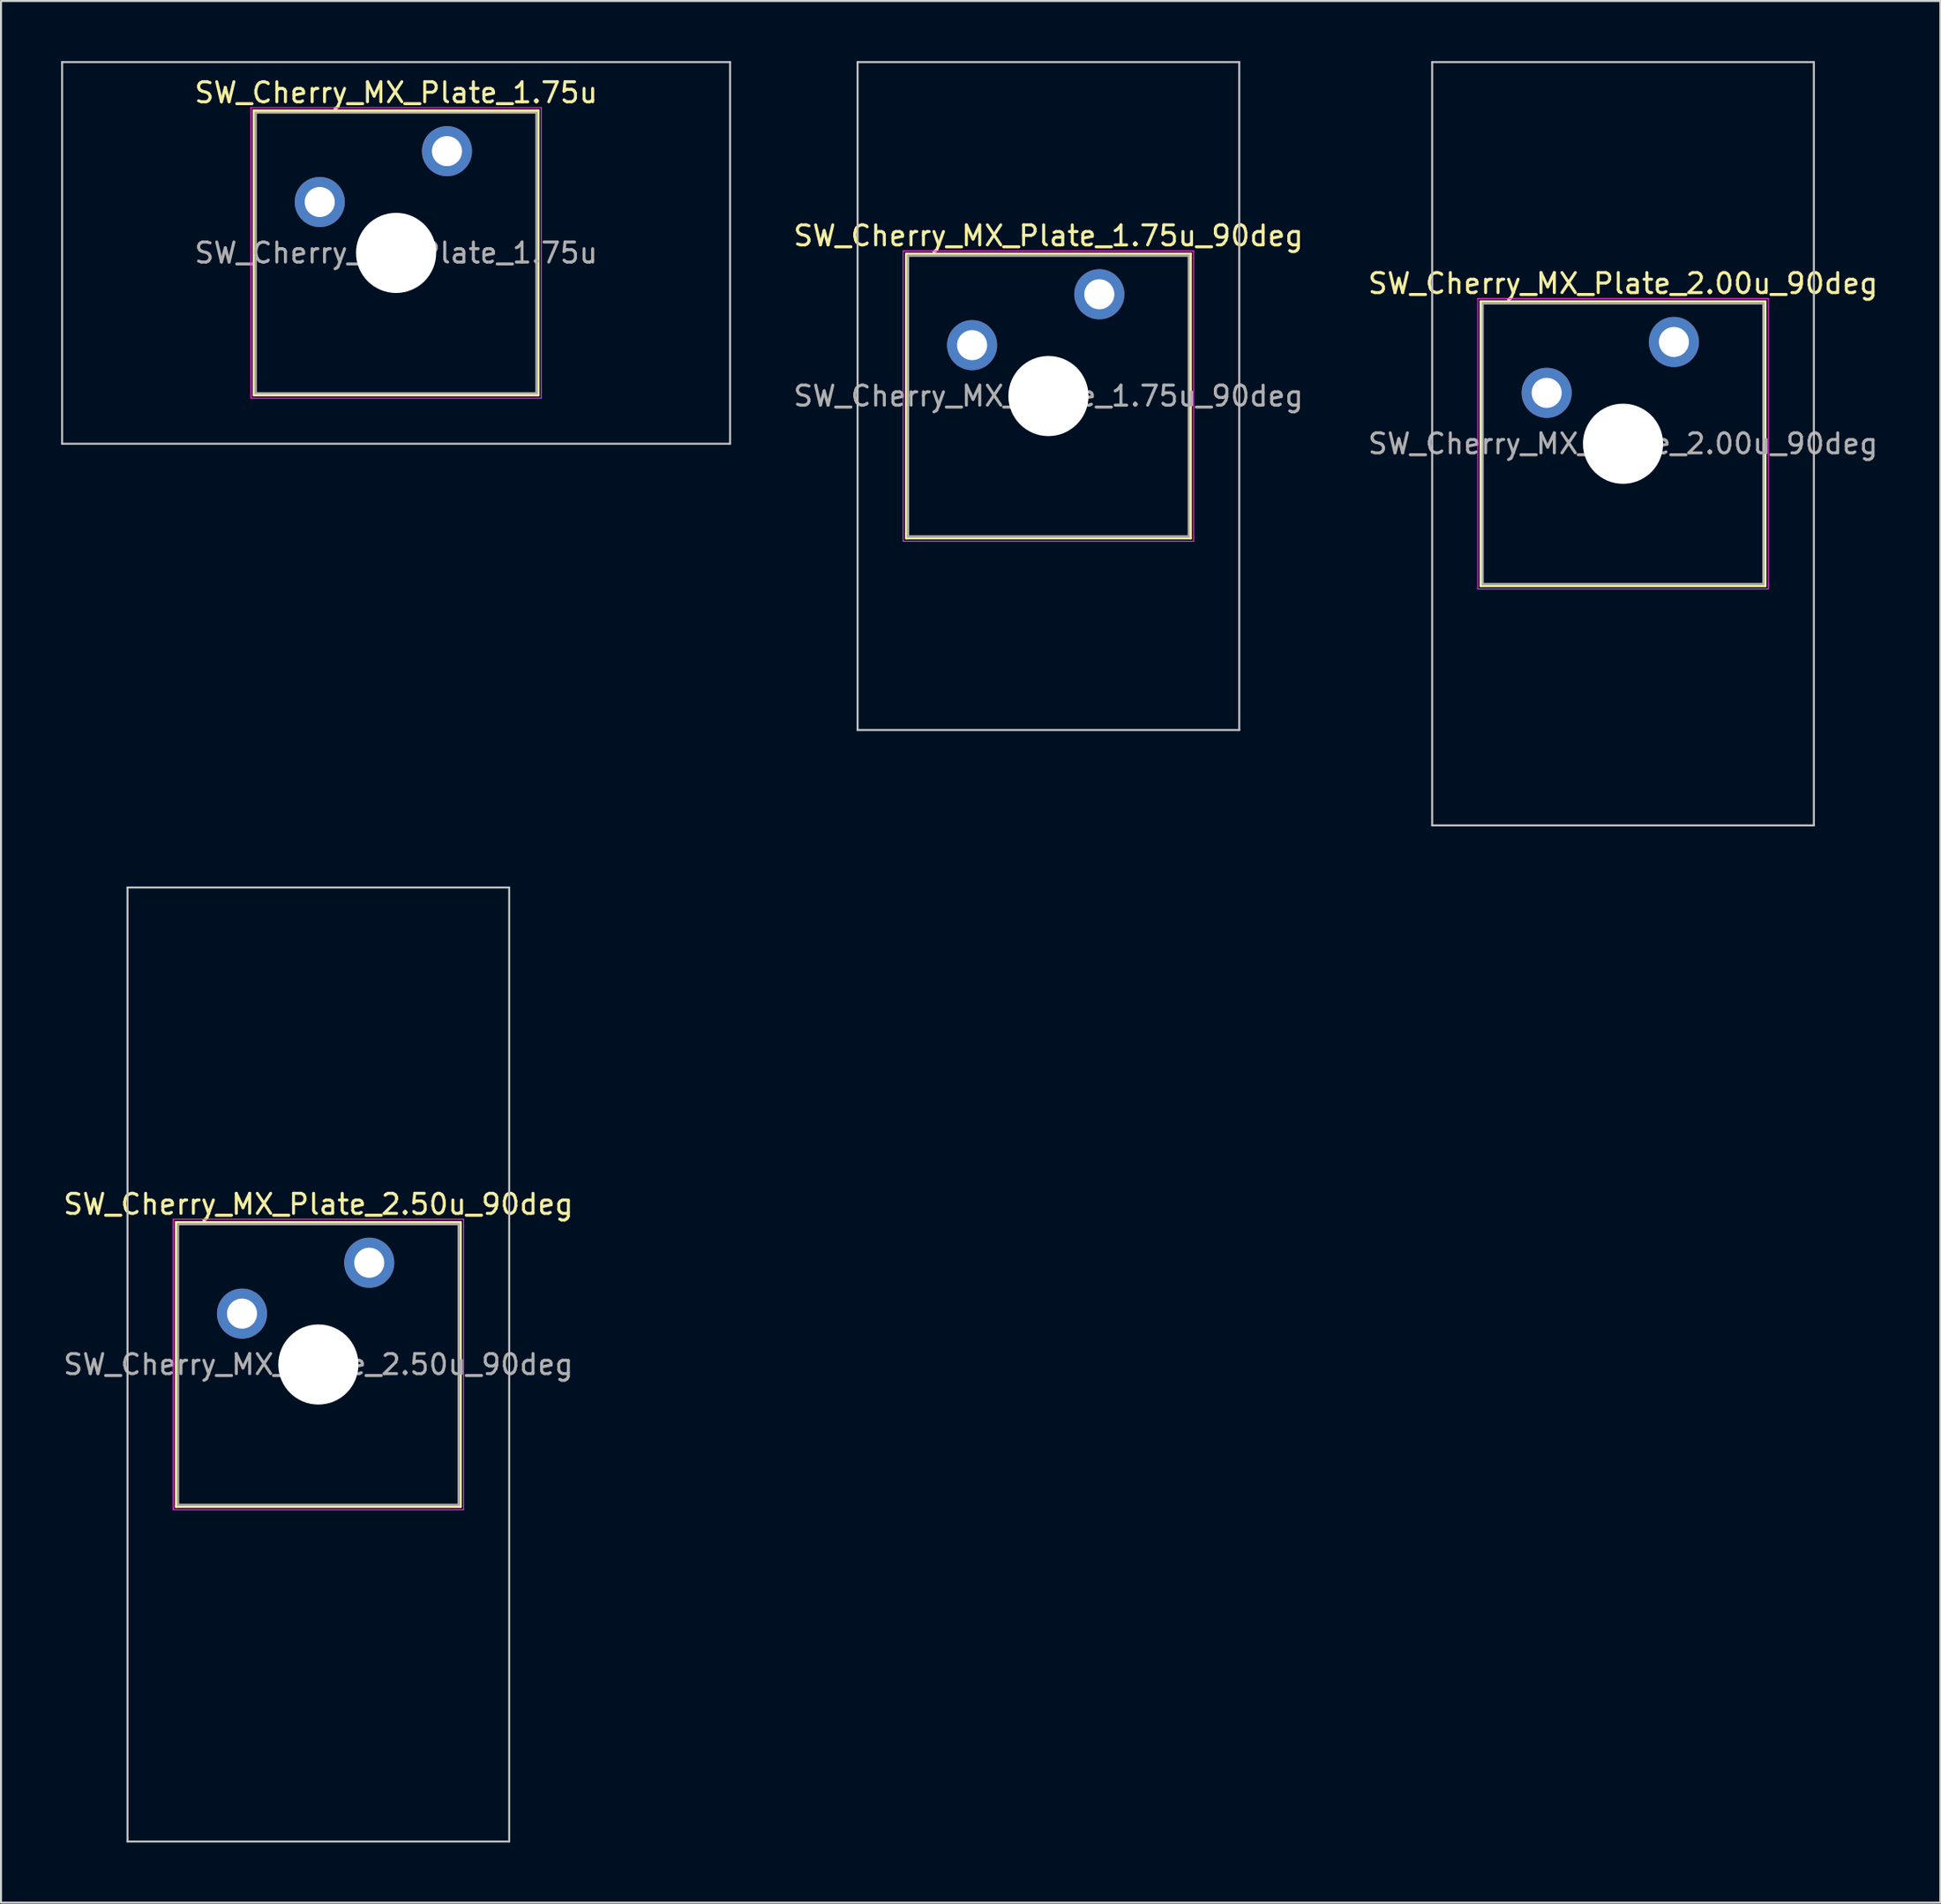
<source format=kicad_pcb>
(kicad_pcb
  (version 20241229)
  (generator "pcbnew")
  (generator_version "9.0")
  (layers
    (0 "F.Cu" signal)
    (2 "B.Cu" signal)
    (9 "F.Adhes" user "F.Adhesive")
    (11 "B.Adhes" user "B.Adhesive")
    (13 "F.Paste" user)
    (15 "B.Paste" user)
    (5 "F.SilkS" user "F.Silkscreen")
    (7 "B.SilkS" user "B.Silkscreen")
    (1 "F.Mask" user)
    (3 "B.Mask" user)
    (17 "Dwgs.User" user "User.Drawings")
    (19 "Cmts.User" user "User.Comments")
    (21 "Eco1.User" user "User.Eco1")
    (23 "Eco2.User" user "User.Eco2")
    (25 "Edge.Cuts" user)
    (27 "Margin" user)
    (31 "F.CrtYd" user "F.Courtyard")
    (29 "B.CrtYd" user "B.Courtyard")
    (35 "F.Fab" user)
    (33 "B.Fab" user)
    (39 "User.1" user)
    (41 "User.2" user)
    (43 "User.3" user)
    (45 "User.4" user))
  (footprint "SW_Cherry_MX_Plate_1.75u"
    (layer "F.Cu")
    (at 16.719 9.575)
    (property "Reference" "SW_Cherry_MX_Plate_1.75u" (at 0 -8 0) (layer "F.SilkS") (effects (font (size 1 1) (thickness 0.15))))
    (attr through_hole)
    (fp_line (start -7.1 -7.1) (end -7.1 7.1) (stroke (width 0.12) (type solid)) (layer "F.SilkS"))
    (fp_line (start -7.1 7.1) (end 7.1 7.1) (stroke (width 0.12) (type solid)) (layer "F.SilkS"))
    (fp_line (start 7.1 -7.1) (end -7.1 -7.1) (stroke (width 0.12) (type solid)) (layer "F.SilkS"))
    (fp_line (start 7.1 7.1) (end 7.1 -7.1) (stroke (width 0.12) (type solid)) (layer "F.SilkS"))
    (fp_line (start -16.669 -9.525) (end -16.669 9.525) (stroke (width 0.1) (type solid)) (layer "Dwgs.User"))
    (fp_line (start -16.669 9.525) (end 16.669 9.525) (stroke (width 0.1) (type solid)) (layer "Dwgs.User"))
    (fp_line (start 16.669 -9.525) (end -16.669 -9.525) (stroke (width 0.1) (type solid)) (layer "Dwgs.User"))
    (fp_line (start 16.669 9.525) (end 16.669 -9.525) (stroke (width 0.1) (type solid)) (layer "Dwgs.User"))
    (fp_line (start -7 -7) (end -7 7) (stroke (width 0.1) (type solid)) (layer "Eco1.User"))
    (fp_line (start -7 7) (end 7 7) (stroke (width 0.1) (type solid)) (layer "Eco1.User"))
    (fp_line (start 7 -7) (end -7 -7) (stroke (width 0.1) (type solid)) (layer "Eco1.User"))
    (fp_line (start 7 7) (end 7 -7) (stroke (width 0.1) (type solid)) (layer "Eco1.User"))
    (fp_line (start -7.25 -7.25) (end -7.25 7.25) (stroke (width 0.05) (type solid)) (layer "F.CrtYd"))
    (fp_line (start -7.25 7.25) (end 7.25 7.25) (stroke (width 0.05) (type solid)) (layer "F.CrtYd"))
    (fp_line (start 7.25 -7.25) (end -7.25 -7.25) (stroke (width 0.05) (type solid)) (layer "F.CrtYd"))
    (fp_line (start 7.25 7.25) (end 7.25 -7.25) (stroke (width 0.05) (type solid)) (layer "F.CrtYd"))
    (fp_line (start -7 -7) (end -7 7) (stroke (width 0.1) (type solid)) (layer "F.Fab"))
    (fp_line (start -7 7) (end 7 7) (stroke (width 0.1) (type solid)) (layer "F.Fab"))
    (fp_line (start 7 -7) (end -7 -7) (stroke (width 0.1) (type solid)) (layer "F.Fab"))
    (fp_line (start 7 7) (end 7 -7) (stroke (width 0.1) (type solid)) (layer "F.Fab"))
    (fp_text user "${REFERENCE}" (at 0 0 0) (layer "F.Fab") (effects (font (size 1 1) (thickness 0.15))))
    (pad "" smd circle (at -3.81 -2.54) (size 1.55 1.55) (layers "F.Mask"))
    (pad "" np_thru_hole circle (at 0 0) (size 4 4) (drill 4) (layers "*.Cu" "*.Mask"))
    (pad "" smd circle (at 2.54 -5.08) (size 1.55 1.55) (layers "F.Mask"))
    (pad "1" thru_hole circle (at -3.81 -2.54) (size 2.5 2.5) (drill 1.5) (layers "*.Cu" "B.Mask"))
    (pad "2" thru_hole circle (at 2.54 -5.08) (size 2.5 2.5) (drill 1.5) (layers "*.Cu" "B.Mask")))
  (footprint "SW_Cherry_MX_Plate_1.75u_90deg"
    (layer "F.Cu")
    (at 49.277 16.719)
    (property "Reference" "SW_Cherry_MX_Plate_1.75u_90deg" (at 0 -8 0) (layer "F.SilkS") (effects (font (size 1 1) (thickness 0.15))))
    (attr through_hole)
    (fp_line (start -7.1 -7.1) (end -7.1 7.1) (stroke (width 0.12) (type solid)) (layer "F.SilkS"))
    (fp_line (start -7.1 7.1) (end 7.1 7.1) (stroke (width 0.12) (type solid)) (layer "F.SilkS"))
    (fp_line (start 7.1 -7.1) (end -7.1 -7.1) (stroke (width 0.12) (type solid)) (layer "F.SilkS"))
    (fp_line (start 7.1 7.1) (end 7.1 -7.1) (stroke (width 0.12) (type solid)) (layer "F.SilkS"))
    (fp_line (start -9.525 -16.669) (end 9.525 -16.669) (stroke (width 0.1) (type solid)) (layer "Dwgs.User"))
    (fp_line (start -9.525 16.669) (end -9.525 -16.669) (stroke (width 0.1) (type solid)) (layer "Dwgs.User"))
    (fp_line (start 9.525 -16.669) (end 9.525 16.669) (stroke (width 0.1) (type solid)) (layer "Dwgs.User"))
    (fp_line (start 9.525 16.669) (end -9.525 16.669) (stroke (width 0.1) (type solid)) (layer "Dwgs.User"))
    (fp_line (start -7 -7) (end -7 7) (stroke (width 0.1) (type solid)) (layer "Eco1.User"))
    (fp_line (start -7 7) (end 7 7) (stroke (width 0.1) (type solid)) (layer "Eco1.User"))
    (fp_line (start 7 -7) (end -7 -7) (stroke (width 0.1) (type solid)) (layer "Eco1.User"))
    (fp_line (start 7 7) (end 7 -7) (stroke (width 0.1) (type solid)) (layer "Eco1.User"))
    (fp_line (start -7.25 -7.25) (end -7.25 7.25) (stroke (width 0.05) (type solid)) (layer "F.CrtYd"))
    (fp_line (start -7.25 7.25) (end 7.25 7.25) (stroke (width 0.05) (type solid)) (layer "F.CrtYd"))
    (fp_line (start 7.25 -7.25) (end -7.25 -7.25) (stroke (width 0.05) (type solid)) (layer "F.CrtYd"))
    (fp_line (start 7.25 7.25) (end 7.25 -7.25) (stroke (width 0.05) (type solid)) (layer "F.CrtYd"))
    (fp_line (start -7 -7) (end -7 7) (stroke (width 0.1) (type solid)) (layer "F.Fab"))
    (fp_line (start -7 7) (end 7 7) (stroke (width 0.1) (type solid)) (layer "F.Fab"))
    (fp_line (start 7 -7) (end -7 -7) (stroke (width 0.1) (type solid)) (layer "F.Fab"))
    (fp_line (start 7 7) (end 7 -7) (stroke (width 0.1) (type solid)) (layer "F.Fab"))
    (fp_text user "${REFERENCE}" (at 0 0 0) (layer "F.Fab") (effects (font (size 1 1) (thickness 0.15))))
    (pad "" smd circle (at -3.81 -2.54) (size 1.55 1.55) (layers "F.Mask"))
    (pad "" np_thru_hole circle (at 0 0) (size 4 4) (drill 4) (layers "*.Cu" "*.Mask"))
    (pad "" smd circle (at 2.54 -5.08) (size 1.55 1.55) (layers "F.Mask"))
    (pad "1" thru_hole circle (at -3.81 -2.54) (size 2.5 2.5) (drill 1.5) (layers "*.Cu" "B.Mask"))
    (pad "2" thru_hole circle (at 2.54 -5.08) (size 2.5 2.5) (drill 1.5) (layers "*.Cu" "B.Mask")))
  (footprint "SW_Cherry_MX_Plate_2.50u_90deg"
    (layer "F.Cu")
    (at 12.839 65.062)
    (property "Reference" "SW_Cherry_MX_Plate_2.50u_90deg" (at 0 -8 0) (layer "F.SilkS") (effects (font (size 1 1) (thickness 0.15))))
    (attr through_hole)
    (fp_line (start -7.1 -7.1) (end -7.1 7.1) (stroke (width 0.12) (type solid)) (layer "F.SilkS"))
    (fp_line (start -7.1 7.1) (end 7.1 7.1) (stroke (width 0.12) (type solid)) (layer "F.SilkS"))
    (fp_line (start 7.1 -7.1) (end -7.1 -7.1) (stroke (width 0.12) (type solid)) (layer "F.SilkS"))
    (fp_line (start 7.1 7.1) (end 7.1 -7.1) (stroke (width 0.12) (type solid)) (layer "F.SilkS"))
    (fp_line (start -9.525 -23.812) (end 9.525 -23.812) (stroke (width 0.1) (type solid)) (layer "Dwgs.User"))
    (fp_line (start -9.525 23.812) (end -9.525 -23.812) (stroke (width 0.1) (type solid)) (layer "Dwgs.User"))
    (fp_line (start 9.525 -23.812) (end 9.525 23.812) (stroke (width 0.1) (type solid)) (layer "Dwgs.User"))
    (fp_line (start 9.525 23.812) (end -9.525 23.812) (stroke (width 0.1) (type solid)) (layer "Dwgs.User"))
    (fp_line (start -7 -7) (end -7 7) (stroke (width 0.1) (type solid)) (layer "Eco1.User"))
    (fp_line (start -7 7) (end 7 7) (stroke (width 0.1) (type solid)) (layer "Eco1.User"))
    (fp_line (start 7 -7) (end -7 -7) (stroke (width 0.1) (type solid)) (layer "Eco1.User"))
    (fp_line (start 7 7) (end 7 -7) (stroke (width 0.1) (type solid)) (layer "Eco1.User"))
    (fp_line (start -7.25 -7.25) (end -7.25 7.25) (stroke (width 0.05) (type solid)) (layer "F.CrtYd"))
    (fp_line (start -7.25 7.25) (end 7.25 7.25) (stroke (width 0.05) (type solid)) (layer "F.CrtYd"))
    (fp_line (start 7.25 -7.25) (end -7.25 -7.25) (stroke (width 0.05) (type solid)) (layer "F.CrtYd"))
    (fp_line (start 7.25 7.25) (end 7.25 -7.25) (stroke (width 0.05) (type solid)) (layer "F.CrtYd"))
    (fp_line (start -7 -7) (end -7 7) (stroke (width 0.1) (type solid)) (layer "F.Fab"))
    (fp_line (start -7 7) (end 7 7) (stroke (width 0.1) (type solid)) (layer "F.Fab"))
    (fp_line (start 7 -7) (end -7 -7) (stroke (width 0.1) (type solid)) (layer "F.Fab"))
    (fp_line (start 7 7) (end 7 -7) (stroke (width 0.1) (type solid)) (layer "F.Fab"))
    (fp_text user "${REFERENCE}" (at 0 0 0) (layer "F.Fab") (effects (font (size 1 1) (thickness 0.15))))
    (pad "" smd circle (at -3.81 -2.54) (size 1.55 1.55) (layers "F.Mask"))
    (pad "" np_thru_hole circle (at 0 0) (size 4 4) (drill 4) (layers "*.Cu" "*.Mask"))
    (pad "" smd circle (at 2.54 -5.08) (size 1.55 1.55) (layers "F.Mask"))
    (pad "1" thru_hole circle (at -3.81 -2.54) (size 2.5 2.5) (drill 1.5) (layers "*.Cu" "B.Mask"))
    (pad "2" thru_hole circle (at 2.54 -5.08) (size 2.5 2.5) (drill 1.5) (layers "*.Cu" "B.Mask")))
  (footprint "SW_Cherry_MX_Plate_2.00u_90deg"
    (layer "F.Cu")
    (at 77.955 19.1)
    (property "Reference" "SW_Cherry_MX_Plate_2.00u_90deg" (at 0 -8 0) (layer "F.SilkS") (effects (font (size 1 1) (thickness 0.15))))
    (attr through_hole)
    (fp_line (start -7.1 -7.1) (end -7.1 7.1) (stroke (width 0.12) (type solid)) (layer "F.SilkS"))
    (fp_line (start -7.1 7.1) (end 7.1 7.1) (stroke (width 0.12) (type solid)) (layer "F.SilkS"))
    (fp_line (start 7.1 -7.1) (end -7.1 -7.1) (stroke (width 0.12) (type solid)) (layer "F.SilkS"))
    (fp_line (start 7.1 7.1) (end 7.1 -7.1) (stroke (width 0.12) (type solid)) (layer "F.SilkS"))
    (fp_line (start -9.525 -19.05) (end 9.525 -19.05) (stroke (width 0.1) (type solid)) (layer "Dwgs.User"))
    (fp_line (start -9.525 19.05) (end -9.525 -19.05) (stroke (width 0.1) (type solid)) (layer "Dwgs.User"))
    (fp_line (start 9.525 -19.05) (end 9.525 19.05) (stroke (width 0.1) (type solid)) (layer "Dwgs.User"))
    (fp_line (start 9.525 19.05) (end -9.525 19.05) (stroke (width 0.1) (type solid)) (layer "Dwgs.User"))
    (fp_line (start -7 -7) (end -7 7) (stroke (width 0.1) (type solid)) (layer "Eco1.User"))
    (fp_line (start -7 7) (end 7 7) (stroke (width 0.1) (type solid)) (layer "Eco1.User"))
    (fp_line (start 7 -7) (end -7 -7) (stroke (width 0.1) (type solid)) (layer "Eco1.User"))
    (fp_line (start 7 7) (end 7 -7) (stroke (width 0.1) (type solid)) (layer "Eco1.User"))
    (fp_line (start -7.25 -7.25) (end -7.25 7.25) (stroke (width 0.05) (type solid)) (layer "F.CrtYd"))
    (fp_line (start -7.25 7.25) (end 7.25 7.25) (stroke (width 0.05) (type solid)) (layer "F.CrtYd"))
    (fp_line (start 7.25 -7.25) (end -7.25 -7.25) (stroke (width 0.05) (type solid)) (layer "F.CrtYd"))
    (fp_line (start 7.25 7.25) (end 7.25 -7.25) (stroke (width 0.05) (type solid)) (layer "F.CrtYd"))
    (fp_line (start -7 -7) (end -7 7) (stroke (width 0.1) (type solid)) (layer "F.Fab"))
    (fp_line (start -7 7) (end 7 7) (stroke (width 0.1) (type solid)) (layer "F.Fab"))
    (fp_line (start 7 -7) (end -7 -7) (stroke (width 0.1) (type solid)) (layer "F.Fab"))
    (fp_line (start 7 7) (end 7 -7) (stroke (width 0.1) (type solid)) (layer "F.Fab"))
    (fp_text user "${REFERENCE}" (at 0 0 0) (layer "F.Fab") (effects (font (size 1 1) (thickness 0.15))))
    (pad "" smd circle (at -3.81 -2.54) (size 1.55 1.55) (layers "F.Mask"))
    (pad "" np_thru_hole circle (at 0 0) (size 4 4) (drill 4) (layers "*.Cu" "*.Mask"))
    (pad "" smd circle (at 2.54 -5.08) (size 1.55 1.55) (layers "F.Mask"))
    (pad "1" thru_hole circle (at -3.81 -2.54) (size 2.5 2.5) (drill 1.5) (layers "*.Cu" "B.Mask"))
    (pad "2" thru_hole circle (at 2.54 -5.08) (size 2.5 2.5) (drill 1.5) (layers "*.Cu" "B.Mask")))
  (gr_rect
    (start -3 -3)
    (end 93.795 91.925)
    (stroke (width 0.1) (type default))
    (fill no)
    (layer "Edge.Cuts")))
</source>
